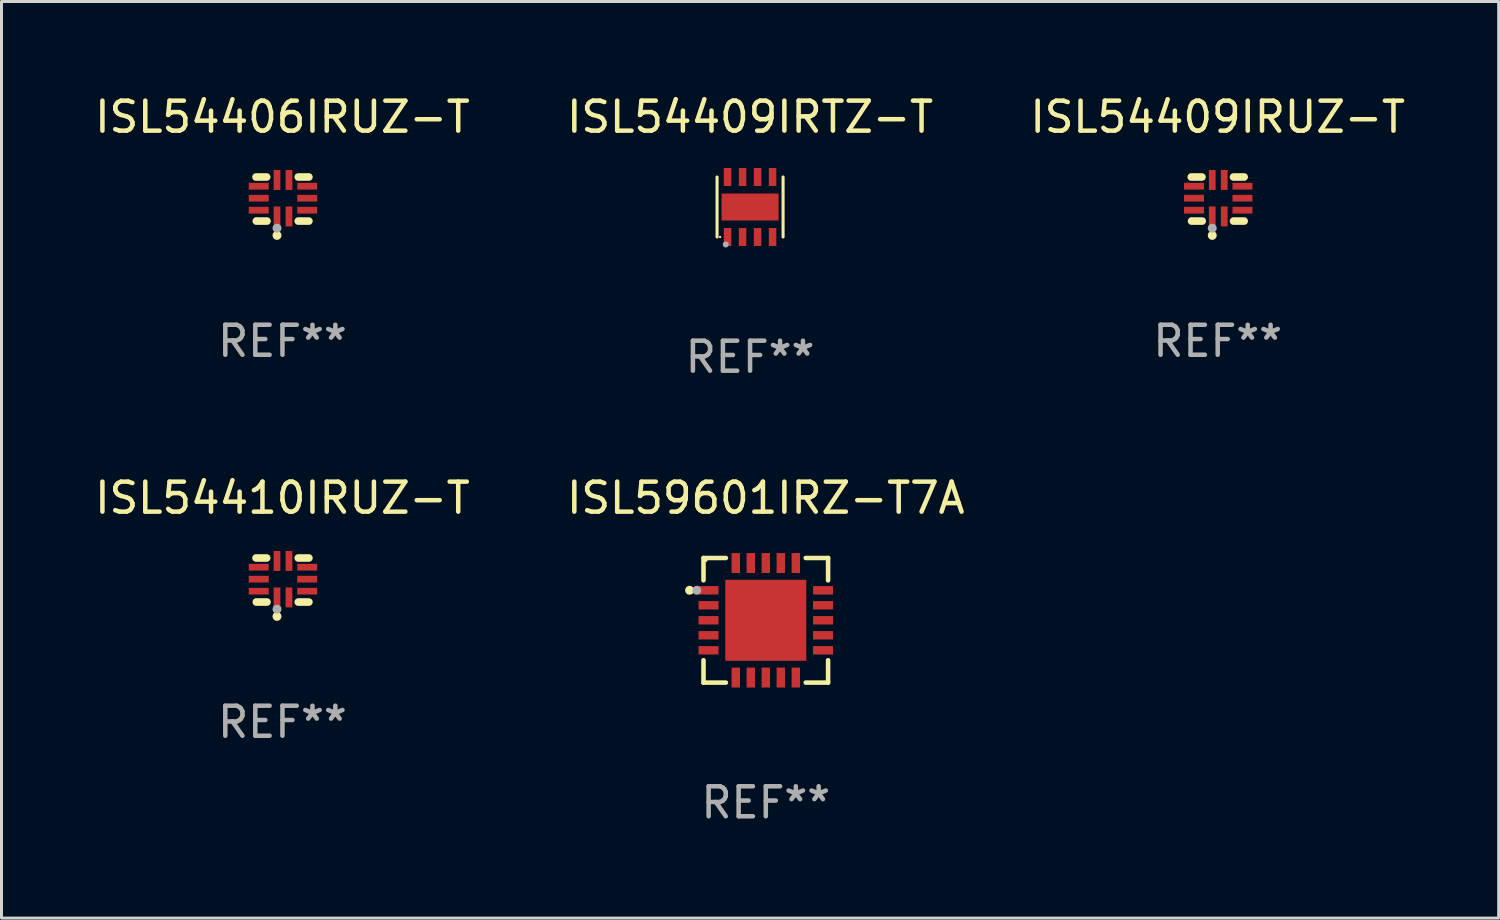
<source format=kicad_pcb>
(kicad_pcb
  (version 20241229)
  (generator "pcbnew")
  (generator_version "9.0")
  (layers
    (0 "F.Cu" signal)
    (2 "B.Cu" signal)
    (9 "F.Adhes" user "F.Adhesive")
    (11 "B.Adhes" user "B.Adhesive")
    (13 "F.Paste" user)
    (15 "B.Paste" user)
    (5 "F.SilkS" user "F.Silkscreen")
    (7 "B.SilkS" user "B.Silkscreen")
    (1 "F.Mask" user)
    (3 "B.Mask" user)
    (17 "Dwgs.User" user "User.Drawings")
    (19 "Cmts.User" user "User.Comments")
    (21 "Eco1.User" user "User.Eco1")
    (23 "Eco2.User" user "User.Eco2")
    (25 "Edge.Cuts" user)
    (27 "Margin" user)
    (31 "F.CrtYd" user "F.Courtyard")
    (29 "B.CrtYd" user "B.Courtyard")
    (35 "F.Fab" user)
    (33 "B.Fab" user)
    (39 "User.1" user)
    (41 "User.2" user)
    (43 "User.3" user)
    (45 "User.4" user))
  (footprint "ISL59601IRZ-T7A"
    (layer "F.Cu")
    (at 22.47 17.621)
    (property "Reference" "ISL59601IRZ-T7A" (at 0 -4.076 0) (layer "F.SilkS") (effects (font (size 1 1) (thickness 0.15))))
    (attr through_hole)
    (fp_line (start -2.076 -2.076) (end -2.076 -1.331) (stroke (width 0.152) (type solid)) (layer "F.SilkS"))
    (fp_line (start -2.076 2.076) (end -2.076 1.331) (stroke (width 0.152) (type solid)) (layer "F.SilkS"))
    (fp_line (start -1.331 -2.076) (end -2.076 -2.076) (stroke (width 0.152) (type solid)) (layer "F.SilkS"))
    (fp_line (start -1.331 2.076) (end -2.076 2.076) (stroke (width 0.152) (type solid)) (layer "F.SilkS"))
    (fp_line (start 1.331 -2.076) (end 2.076 -2.076) (stroke (width 0.152) (type solid)) (layer "F.SilkS"))
    (fp_line (start 1.331 2.076) (end 2.076 2.076) (stroke (width 0.152) (type solid)) (layer "F.SilkS"))
    (fp_line (start 2.076 -2.076) (end 2.076 -1.331) (stroke (width 0.152) (type solid)) (layer "F.SilkS"))
    (fp_line (start 2.076 2.076) (end 2.076 1.331) (stroke (width 0.152) (type solid)) (layer "F.SilkS"))
    (fp_circle (center -2.54 -1) (end -2.465 -1) (stroke (width 0.15) (type solid)) (fill no) (layer "F.SilkS"))
    (fp_circle (center -2 -2) (end -1.97 -2) (stroke (width 0.06) (type solid)) (fill no) (layer "F.SilkS"))
    (fp_circle (center -2.3 -1) (end -2.225 -1) (stroke (width 0.15) (type solid)) (fill no) (layer "F.Fab"))
    (fp_text user "REF**" (at 0 6.076 0) (layer "F.Fab") (effects (font (size 1 1) (thickness 0.15))))
    (pad "1" smd rect (at -1.908 -1) (size 0.665 0.28) (layers "F.Cu" "F.Mask" "F.Paste"))
    (pad "2" smd rect (at -1.908 -0.5) (size 0.665 0.28) (layers "F.Cu" "F.Mask" "F.Paste"))
    (pad "3" smd rect (at -1.908 0) (size 0.665 0.28) (layers "F.Cu" "F.Mask" "F.Paste"))
    (pad "4" smd rect (at -1.908 0.5) (size 0.665 0.28) (layers "F.Cu" "F.Mask" "F.Paste"))
    (pad "5" smd rect (at -1.908 1) (size 0.665 0.28) (layers "F.Cu" "F.Mask" "F.Paste"))
    (pad "6" smd rect (at -1 1.908) (size 0.28 0.665) (layers "F.Cu" "F.Mask" "F.Paste"))
    (pad "7" smd rect (at -0.5 1.908) (size 0.28 0.665) (layers "F.Cu" "F.Mask" "F.Paste"))
    (pad "8" smd rect (at 0 1.908) (size 0.28 0.665) (layers "F.Cu" "F.Mask" "F.Paste"))
    (pad "9" smd rect (at 0.5 1.908) (size 0.28 0.665) (layers "F.Cu" "F.Mask" "F.Paste"))
    (pad "10" smd rect (at 1 1.908) (size 0.28 0.665) (layers "F.Cu" "F.Mask" "F.Paste"))
    (pad "11" smd rect (at 1.908 1) (size 0.665 0.28) (layers "F.Cu" "F.Mask" "F.Paste"))
    (pad "12" smd rect (at 1.908 0.5) (size 0.665 0.28) (layers "F.Cu" "F.Mask" "F.Paste"))
    (pad "13" smd rect (at 1.908 0) (size 0.665 0.28) (layers "F.Cu" "F.Mask" "F.Paste"))
    (pad "14" smd rect (at 1.908 -0.5) (size 0.665 0.28) (layers "F.Cu" "F.Mask" "F.Paste"))
    (pad "15" smd rect (at 1.908 -1) (size 0.665 0.28) (layers "F.Cu" "F.Mask" "F.Paste"))
    (pad "16" smd rect (at 1 -1.908) (size 0.28 0.665) (layers "F.Cu" "F.Mask" "F.Paste"))
    (pad "17" smd rect (at 0.5 -1.908) (size 0.28 0.665) (layers "F.Cu" "F.Mask" "F.Paste"))
    (pad "18" smd rect (at 0 -1.908) (size 0.28 0.665) (layers "F.Cu" "F.Mask" "F.Paste"))
    (pad "19" smd rect (at -0.5 -1.908) (size 0.28 0.665) (layers "F.Cu" "F.Mask" "F.Paste"))
    (pad "20" smd rect (at -1 -1.908) (size 0.28 0.665) (layers "F.Cu" "F.Mask" "F.Paste"))
    (pad "21" smd rect (at 0 0) (size 2.7 2.7) (layers "F.Cu" "F.Mask" "F.Paste")))
  (footprint "ISL54406IRUZ-T"
    (layer "F.Cu")
    (at 6.363 3.583)
    (property "Reference" "ISL54406IRUZ-T" (at 0 -2.734 0) (layer "F.SilkS") (effects (font (size 1 1) (thickness 0.15))))
    (attr through_hole)
    (fp_line (start -0.881 -0.734) (end -0.526 -0.734) (stroke (width 0.254) (type solid)) (layer "F.SilkS"))
    (fp_line (start -0.871 0.734) (end -0.516 0.734) (stroke (width 0.254) (type solid)) (layer "F.SilkS"))
    (fp_line (start 0.526 -0.734) (end 0.881 -0.734) (stroke (width 0.254) (type solid)) (layer "F.SilkS"))
    (fp_line (start 0.526 0.734) (end 0.881 0.734) (stroke (width 0.254) (type solid)) (layer "F.SilkS"))
    (fp_circle (center -0.882 0.672) (end -0.852 0.672) (stroke (width 0.06) (type solid)) (fill no) (layer "F.SilkS"))
    (fp_circle (center -0.182 1.212) (end -0.107 1.212) (stroke (width 0.15) (type solid)) (fill no) (layer "F.SilkS"))
    (fp_circle (center -0.182 0.972) (end -0.107 0.972) (stroke (width 0.15) (type solid)) (fill no) (layer "F.Fab"))
    (fp_text user "REF**" (at 0 4.734 0) (layer "F.Fab") (effects (font (size 1 1) (thickness 0.15))))
    (pad "1" smd rect (at -0.182 0.58) (size 0.224 0.665) (layers "F.Cu" "F.Mask" "F.Paste"))
    (pad "2" smd rect (at 0.217 0.58) (size 0.224 0.665) (layers "F.Cu" "F.Mask" "F.Paste"))
    (pad "3" smd rect (at 0.825 0.372) (size 0.665 0.224) (layers "F.Cu" "F.Mask" "F.Paste"))
    (pad "4" smd rect (at 0.825 -0.028) (size 0.665 0.224) (layers "F.Cu" "F.Mask" "F.Paste"))
    (pad "5" smd rect (at 0.825 -0.428) (size 0.665 0.224) (layers "F.Cu" "F.Mask" "F.Paste"))
    (pad "6" smd rect (at 0.217 -0.635) (size 0.224 0.665) (layers "F.Cu" "F.Mask" "F.Paste"))
    (pad "7" smd rect (at -0.182 -0.635) (size 0.224 0.665) (layers "F.Cu" "F.Mask" "F.Paste"))
    (pad "8" smd rect (at -0.79 -0.428) (size 0.665 0.224) (layers "F.Cu" "F.Mask" "F.Paste"))
    (pad "9" smd rect (at -0.79 -0.028) (size 0.665 0.224) (layers "F.Cu" "F.Mask" "F.Paste"))
    (pad "10" smd rect (at -0.79 0.372) (size 0.665 0.224) (layers "F.Cu" "F.Mask" "F.Paste")))
  (footprint "ISL54409IRUZ-T"
    (layer "F.Cu")
    (at 37.53 3.583)
    (property "Reference" "ISL54409IRUZ-T" (at 0 -2.734 0) (layer "F.SilkS") (effects (font (size 1 1) (thickness 0.15))))
    (attr through_hole)
    (fp_line (start -0.881 -0.734) (end -0.526 -0.734) (stroke (width 0.254) (type solid)) (layer "F.SilkS"))
    (fp_line (start -0.871 0.734) (end -0.516 0.734) (stroke (width 0.254) (type solid)) (layer "F.SilkS"))
    (fp_line (start 0.526 -0.734) (end 0.881 -0.734) (stroke (width 0.254) (type solid)) (layer "F.SilkS"))
    (fp_line (start 0.526 0.734) (end 0.881 0.734) (stroke (width 0.254) (type solid)) (layer "F.SilkS"))
    (fp_circle (center -0.882 0.672) (end -0.852 0.672) (stroke (width 0.06) (type solid)) (fill no) (layer "F.SilkS"))
    (fp_circle (center -0.182 1.212) (end -0.107 1.212) (stroke (width 0.15) (type solid)) (fill no) (layer "F.SilkS"))
    (fp_circle (center -0.182 0.972) (end -0.107 0.972) (stroke (width 0.15) (type solid)) (fill no) (layer "F.Fab"))
    (fp_text user "REF**" (at 0 4.734 0) (layer "F.Fab") (effects (font (size 1 1) (thickness 0.15))))
    (pad "1" smd rect (at -0.182 0.58) (size 0.224 0.665) (layers "F.Cu" "F.Mask" "F.Paste"))
    (pad "2" smd rect (at 0.217 0.58) (size 0.224 0.665) (layers "F.Cu" "F.Mask" "F.Paste"))
    (pad "3" smd rect (at 0.825 0.372) (size 0.665 0.224) (layers "F.Cu" "F.Mask" "F.Paste"))
    (pad "4" smd rect (at 0.825 -0.028) (size 0.665 0.224) (layers "F.Cu" "F.Mask" "F.Paste"))
    (pad "5" smd rect (at 0.825 -0.428) (size 0.665 0.224) (layers "F.Cu" "F.Mask" "F.Paste"))
    (pad "6" smd rect (at 0.217 -0.635) (size 0.224 0.665) (layers "F.Cu" "F.Mask" "F.Paste"))
    (pad "7" smd rect (at -0.182 -0.635) (size 0.224 0.665) (layers "F.Cu" "F.Mask" "F.Paste"))
    (pad "8" smd rect (at -0.79 -0.428) (size 0.665 0.224) (layers "F.Cu" "F.Mask" "F.Paste"))
    (pad "9" smd rect (at -0.79 -0.028) (size 0.665 0.224) (layers "F.Cu" "F.Mask" "F.Paste"))
    (pad "10" smd rect (at -0.79 0.372) (size 0.665 0.224) (layers "F.Cu" "F.Mask" "F.Paste")))
  (footprint "ISL54410IRUZ-T"
    (layer "F.Cu")
    (at 6.363 16.279)
    (property "Reference" "ISL54410IRUZ-T" (at 0 -2.734 0) (layer "F.SilkS") (effects (font (size 1 1) (thickness 0.15))))
    (attr through_hole)
    (fp_line (start -0.881 -0.734) (end -0.526 -0.734) (stroke (width 0.254) (type solid)) (layer "F.SilkS"))
    (fp_line (start -0.871 0.734) (end -0.516 0.734) (stroke (width 0.254) (type solid)) (layer "F.SilkS"))
    (fp_line (start 0.526 -0.734) (end 0.881 -0.734) (stroke (width 0.254) (type solid)) (layer "F.SilkS"))
    (fp_line (start 0.526 0.734) (end 0.881 0.734) (stroke (width 0.254) (type solid)) (layer "F.SilkS"))
    (fp_circle (center -0.882 0.672) (end -0.852 0.672) (stroke (width 0.06) (type solid)) (fill no) (layer "F.SilkS"))
    (fp_circle (center -0.182 1.212) (end -0.107 1.212) (stroke (width 0.15) (type solid)) (fill no) (layer "F.SilkS"))
    (fp_circle (center -0.182 0.972) (end -0.107 0.972) (stroke (width 0.15) (type solid)) (fill no) (layer "F.Fab"))
    (fp_text user "REF**" (at 0 4.734 0) (layer "F.Fab") (effects (font (size 1 1) (thickness 0.15))))
    (pad "1" smd rect (at -0.182 0.58) (size 0.224 0.665) (layers "F.Cu" "F.Mask" "F.Paste"))
    (pad "2" smd rect (at 0.217 0.58) (size 0.224 0.665) (layers "F.Cu" "F.Mask" "F.Paste"))
    (pad "3" smd rect (at 0.825 0.372) (size 0.665 0.224) (layers "F.Cu" "F.Mask" "F.Paste"))
    (pad "4" smd rect (at 0.825 -0.028) (size 0.665 0.224) (layers "F.Cu" "F.Mask" "F.Paste"))
    (pad "5" smd rect (at 0.825 -0.428) (size 0.665 0.224) (layers "F.Cu" "F.Mask" "F.Paste"))
    (pad "6" smd rect (at 0.217 -0.635) (size 0.224 0.665) (layers "F.Cu" "F.Mask" "F.Paste"))
    (pad "7" smd rect (at -0.182 -0.635) (size 0.224 0.665) (layers "F.Cu" "F.Mask" "F.Paste"))
    (pad "8" smd rect (at -0.79 -0.428) (size 0.665 0.224) (layers "F.Cu" "F.Mask" "F.Paste"))
    (pad "9" smd rect (at -0.79 -0.028) (size 0.665 0.224) (layers "F.Cu" "F.Mask" "F.Paste"))
    (pad "10" smd rect (at -0.79 0.372) (size 0.665 0.224) (layers "F.Cu" "F.Mask" "F.Paste")))
  (footprint "ISL54409IRTZ-T"
    (layer "F.Cu")
    (at 21.946 3.848)
    (property "Reference" "ISL54409IRTZ-T" (at 0 -3 0) (layer "F.SilkS") (effects (font (size 1 1) (thickness 0.15))))
    (attr through_hole)
    (fp_line (start -1.1 1) (end -1.1 -1) (stroke (width 0.102) (type solid)) (layer "F.SilkS"))
    (fp_line (start 1.1 1) (end 1.1 -1) (stroke (width 0.102) (type solid)) (layer "F.SilkS"))
    (fp_circle (center -1 1) (end -0.98 1) (stroke (width 0.04) (type solid)) (fill no) (layer "F.SilkS"))
    (fp_circle (center -0.81 1.25) (end -0.76 1.25) (stroke (width 0.1) (type solid)) (fill no) (layer "F.Fab"))
    (fp_text user "REF**" (at 0 5 0) (layer "F.Fab") (effects (font (size 1 1) (thickness 0.15))))
    (pad "1" smd rect (at -0.75 1 90) (size 0.6 0.25) (layers "F.Cu" "F.Mask" "F.Paste"))
    (pad "2" smd rect (at -0.25 1 90) (size 0.6 0.25) (layers "F.Cu" "F.Mask" "F.Paste"))
    (pad "3" smd rect (at 0.25 1 90) (size 0.6 0.25) (layers "F.Cu" "F.Mask" "F.Paste"))
    (pad "4" smd rect (at 0.75 1 90) (size 0.6 0.25) (layers "F.Cu" "F.Mask" "F.Paste"))
    (pad "5" smd rect (at 0.75 -1 90) (size 0.6 0.25) (layers "F.Cu" "F.Mask" "F.Paste"))
    (pad "6" smd rect (at 0.25 -1 90) (size 0.6 0.25) (layers "F.Cu" "F.Mask" "F.Paste"))
    (pad "7" smd rect (at -0.25 -1 90) (size 0.6 0.25) (layers "F.Cu" "F.Mask" "F.Paste"))
    (pad "8" smd rect (at -0.75 -1 90) (size 0.6 0.25) (layers "F.Cu" "F.Mask" "F.Paste"))
    (pad "9" smd rect (at -0.000127 0.001 180) (size 1.9 0.9) (layers "F.Cu" "F.Mask" "F.Paste")))
  (gr_rect
    (start -3 -3)
    (end 46.893 27.545)
    (stroke (width 0.1) (type default))
    (fill no)
    (layer "Edge.Cuts")))
</source>
